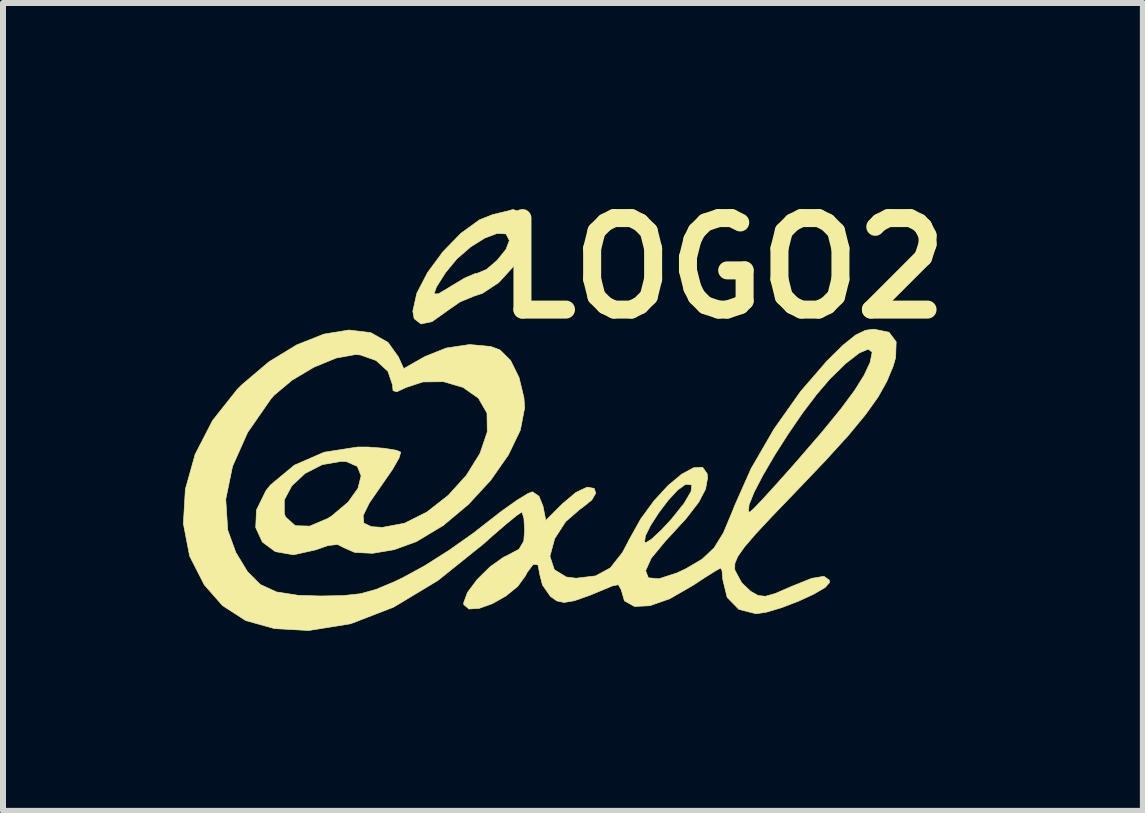
<source format=kicad_pcb>
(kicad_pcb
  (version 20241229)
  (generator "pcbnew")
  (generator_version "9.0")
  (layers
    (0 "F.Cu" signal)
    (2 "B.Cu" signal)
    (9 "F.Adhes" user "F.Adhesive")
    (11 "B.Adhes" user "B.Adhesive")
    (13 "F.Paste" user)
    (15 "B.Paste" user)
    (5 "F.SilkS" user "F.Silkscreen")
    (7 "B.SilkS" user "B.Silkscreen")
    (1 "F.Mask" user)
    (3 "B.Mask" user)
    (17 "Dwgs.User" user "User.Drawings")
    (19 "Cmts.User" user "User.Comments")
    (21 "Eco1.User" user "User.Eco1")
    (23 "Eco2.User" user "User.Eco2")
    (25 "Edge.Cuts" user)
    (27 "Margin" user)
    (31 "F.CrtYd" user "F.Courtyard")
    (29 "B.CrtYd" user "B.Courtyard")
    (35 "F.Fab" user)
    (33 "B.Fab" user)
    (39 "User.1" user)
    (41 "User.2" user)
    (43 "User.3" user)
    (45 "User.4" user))
  (footprint "LOGO2"
    (layer "F.Cu")
    (at 5.944 3.958)
    (property "Reference" "LOGO2" (at 3.048 -2.54 0) (layer "F.SilkS") (effects (font (size 1.524 1.524) (thickness 0.3))))
    (attr through_hole)
    (fp_poly (pts (xy -0.329 -3.478) (xy -0.25 -3.379) (xy -0.208 -3.136) (xy -0.284 -2.848) (xy -0.452 -2.555) (xy -0.686 -2.299) (xy -0.957 -2.121) (xy -1.094 -2.076) (xy -1.331 -1.978) (xy -1.56 -1.819) (xy -1.564 -1.815) (xy -1.796 -1.65) (xy -1.981 -1.611) (xy -2.094 -1.699) (xy -2.117 -1.824) (xy -2.052 -2.112) (xy -1.763 -2.112) (xy -1.691 -2.113) (xy -1.502 -2.225) (xy -1.47 -2.246) (xy -1.254 -2.375) (xy -1.082 -2.449) (xy -1.043 -2.455) (xy -0.889 -2.519) (xy -0.711 -2.672) (xy -0.564 -2.855) (xy -0.508 -3.002) (xy -0.564 -3.111) (xy -0.711 -3.12) (xy -0.917 -3.042) (xy -1.151 -2.896) (xy -1.382 -2.696) (xy -1.569 -2.469) (xy -1.722 -2.229) (xy -1.763 -2.112) (xy -2.052 -2.112) (xy -2.049 -2.125) (xy -1.87 -2.469) (xy -1.614 -2.815) (xy -1.316 -3.121) (xy -1.009 -3.344) (xy -0.788 -3.433) (xy -0.577 -3.483) (xy -0.446 -3.518) (xy -0.329 -3.478)) (stroke (width 0.01) (type solid)) (fill yes) (layer "F.SilkS"))
    (fp_poly (pts (xy 5.817 -1.472) (xy 5.936 -1.315) (xy 5.927 -1.05) (xy 5.885 -0.905) (xy 5.781 -0.655) (xy 5.635 -0.394) (xy 5.428 -0.104) (xy 5.146 0.238) (xy 4.772 0.65) (xy 4.291 1.155) (xy 4.245 1.203) (xy 3.865 1.598) (xy 3.59 1.893) (xy 3.406 2.108) (xy 3.297 2.263) (xy 3.249 2.377) (xy 3.246 2.47) (xy 3.251 2.494) (xy 3.362 2.7) (xy 3.512 2.843) (xy 3.637 2.913) (xy 3.758 2.926) (xy 3.926 2.878) (xy 4.192 2.762) (xy 4.197 2.76) (xy 4.528 2.627) (xy 4.733 2.593) (xy 4.821 2.656) (xy 4.826 2.697) (xy 4.753 2.779) (xy 4.564 2.89) (xy 4.306 3.009) (xy 4.026 3.116) (xy 3.77 3.192) (xy 3.601 3.217) (xy 3.315 3.144) (xy 3.12 2.944) (xy 3.048 2.649) (xy 3.048 2.648) (xy 3.035 2.498) (xy 3.014 2.455) (xy 2.932 2.499) (xy 2.751 2.612) (xy 2.551 2.744) (xy 2.166 2.966) (xy 1.834 3.083) (xy 1.576 3.096) (xy 1.409 3.002) (xy 1.355 2.817) (xy 1.308 2.733) (xy 1.206 2.754) (xy 0.831 2.91) (xy 0.575 3) (xy 0.404 3.029) (xy 0.284 3.004) (xy 0.179 2.93) (xy 0.175 2.926) (xy 0.043 2.737) (xy 0 2.569) (xy -0.031 2.404) (xy -0.109 2.392) (xy -0.215 2.533) (xy -0.239 2.583) (xy -0.368 2.76) (xy -0.565 2.921) (xy -0.792 3.049) (xy -1.01 3.127) (xy -1.181 3.138) (xy -1.267 3.065) (xy -1.27 3.035) (xy -1.206 2.863) (xy -1.045 2.647) (xy -0.831 2.436) (xy -0.608 2.277) (xy -0.545 2.247) (xy -0.348 2.142) (xy -0.268 2.007) (xy -0.254 1.825) (xy -0.266 1.627) (xy -0.296 1.527) (xy -0.302 1.524) (xy -0.382 1.577) (xy -0.557 1.719) (xy -0.796 1.925) (xy -0.939 2.053) (xy -1.699 2.663) (xy -2.436 3.107) (xy -3.153 3.384) (xy -3.85 3.496) (xy -4.419 3.465) (xy -4.9 3.331) (xy -5.287 3.081) (xy -5.591 2.735) (xy -5.835 2.256) (xy -5.939 1.716) (xy -5.906 1.143) (xy -5.743 0.561) (xy -5.453 -0.002) (xy -5.041 -0.522) (xy -4.969 -0.594) (xy -4.514 -0.98) (xy -4.05 -1.263) (xy -3.598 -1.442) (xy -3.18 -1.51) (xy -2.817 -1.466) (xy -2.53 -1.304) (xy -2.358 -1.064) (xy -2.268 -0.867) (xy -1.917 -1.067) (xy -1.56 -1.21) (xy -1.172 -1.268) (xy -0.819 -1.236) (xy -0.665 -1.179) (xy -0.488 -1.004) (xy -0.347 -0.719) (xy -0.265 -0.38) (xy -0.254 -0.212) (xy -0.325 0.157) (xy -0.523 0.569) (xy -0.819 0.993) (xy -1.19 1.395) (xy -1.608 1.745) (xy -2.048 2.01) (xy -2.064 2.018) (xy -2.429 2.15) (xy -2.786 2.21) (xy -3.085 2.195) (xy -3.255 2.121) (xy -3.37 2.063) (xy -3.529 2.08) (xy -3.733 2.152) (xy -4.104 2.235) (xy -4.407 2.182) (xy -4.623 2.022) (xy -4.734 1.781) (xy -4.721 1.487) (xy -4.639 1.321) (xy -4.258 1.321) (xy -4.257 1.555) (xy -4.233 1.609) (xy -4.074 1.75) (xy -3.834 1.757) (xy -3.535 1.63) (xy -3.465 1.586) (xy -3.195 1.358) (xy -3.03 1.127) (xy -2.978 0.919) (xy -3.041 0.762) (xy -3.224 0.682) (xy -3.304 0.677) (xy -3.625 0.733) (xy -3.911 0.879) (xy -4.132 1.085) (xy -4.258 1.321) (xy -4.639 1.321) (xy -4.564 1.167) (xy -4.488 1.072) (xy -4.091 0.742) (xy -3.594 0.526) (xy -3.036 0.439) (xy -2.873 0.439) (xy -2.595 0.46) (xy -2.392 0.493) (xy -2.318 0.524) (xy -2.345 0.62) (xy -2.452 0.808) (xy -2.618 1.049) (xy -2.621 1.053) (xy -2.84 1.369) (xy -2.944 1.581) (xy -2.933 1.707) (xy -2.806 1.766) (xy -2.623 1.778) (xy -2.254 1.709) (xy -1.88 1.521) (xy -1.527 1.245) (xy -1.224 0.91) (xy -0.998 0.547) (xy -0.876 0.187) (xy -0.881 -0.126) (xy -1.024 -0.375) (xy -1.28 -0.554) (xy -1.604 -0.649) (xy -1.95 -0.645) (xy -2.223 -0.555) (xy -2.384 -0.481) (xy -2.446 -0.5) (xy -2.455 -0.598) (xy -2.532 -0.823) (xy -2.728 -1.002) (xy -2.993 -1.095) (xy -3.074 -1.101) (xy -3.394 -1.043) (xy -3.766 -0.89) (xy -4.13 -0.673) (xy -4.425 -0.425) (xy -4.479 -0.365) (xy -4.868 0.196) (xy -5.12 0.761) (xy -5.233 1.31) (xy -5.2 1.824) (xy -5.065 2.196) (xy -4.87 2.517) (xy -4.658 2.729) (xy -4.389 2.853) (xy -4.023 2.91) (xy -3.655 2.921) (xy -3.272 2.914) (xy -2.987 2.883) (xy -2.73 2.812) (xy -2.43 2.686) (xy -2.283 2.616) (xy -1.925 2.421) (xy -1.51 2.158) (xy -1.105 1.872) (xy -0.947 1.748) (xy -0.647 1.515) (xy -0.386 1.329) (xy -0.197 1.213) (xy -0.123 1.185) (xy -0.015 1.259) (xy 0.052 1.423) (xy 0.099 1.662) (xy 0.38 1.381) (xy 0.602 1.195) (xy 0.787 1.108) (xy 0.905 1.128) (xy 0.931 1.209) (xy 0.865 1.322) (xy 0.702 1.453) (xy 0.677 1.468) (xy 0.43 1.682) (xy 0.247 1.965) (xy 0.17 2.249) (xy 0.169 2.265) (xy 0.241 2.483) (xy 0.441 2.605) (xy 0.604 2.625) (xy 0.929 2.586) (xy 1.174 2.453) (xy 1.377 2.195) (xy 1.468 2.022) (xy 1.745 2.022) (xy 1.768 2.032) (xy 1.862 1.973) (xy 2.027 1.819) (xy 2.194 1.639) (xy 2.403 1.378) (xy 2.518 1.182) (xy 2.532 1.071) (xy 2.438 1.061) (xy 2.417 1.068) (xy 2.291 1.16) (xy 2.136 1.329) (xy 1.978 1.538) (xy 1.843 1.748) (xy 1.757 1.922) (xy 1.745 2.022) (xy 1.468 2.022) (xy 1.491 1.977) (xy 1.68 1.639) (xy 1.902 1.335) (xy 2.137 1.08) (xy 2.364 0.891) (xy 2.562 0.784) (xy 2.71 0.776) (xy 2.787 0.883) (xy 2.794 0.955) (xy 2.76 1.142) (xy 2.647 1.358) (xy 2.438 1.629) (xy 2.115 1.981) (xy 2.094 2.003) (xy 1.855 2.292) (xy 1.762 2.5) (xy 1.808 2.618) (xy 1.984 2.634) (xy 2.284 2.537) (xy 2.438 2.464) (xy 2.705 2.306) (xy 2.901 2.122) (xy 3.058 1.869) (xy 3.207 1.513) (xy 3.476 1.513) (xy 3.498 1.524) (xy 3.565 1.464) (xy 3.721 1.3) (xy 3.945 1.054) (xy 4.214 0.752) (xy 4.278 0.679) (xy 4.698 0.193) (xy 5.014 -0.194) (xy 5.243 -0.502) (xy 5.4 -0.753) (xy 5.501 -0.968) (xy 5.502 -0.97) (xy 5.536 -1.141) (xy 5.471 -1.191) (xy 5.32 -1.127) (xy 5.096 -0.953) (xy 4.828 -0.691) (xy 4.61 -0.436) (xy 4.373 -0.123) (xy 4.136 0.223) (xy 3.912 0.574) (xy 3.718 0.906) (xy 3.57 1.19) (xy 3.485 1.402) (xy 3.476 1.513) (xy 3.207 1.513) (xy 3.212 1.502) (xy 3.241 1.425) (xy 3.519 0.799) (xy 3.9 0.141) (xy 4.345 -0.488) (xy 4.784 -0.995) (xy 5.059 -1.265) (xy 5.261 -1.427) (xy 5.425 -1.506) (xy 5.567 -1.524) (xy 5.817 -1.472)) (stroke (width 0.01) (type solid)) (fill yes) (layer "F.SilkS")))
  (gr_rect
    (start -3 -3)
    (end 15.99 10.459)
    (stroke (width 0.1) (type default))
    (fill no)
    (layer "Edge.Cuts")))
</source>
